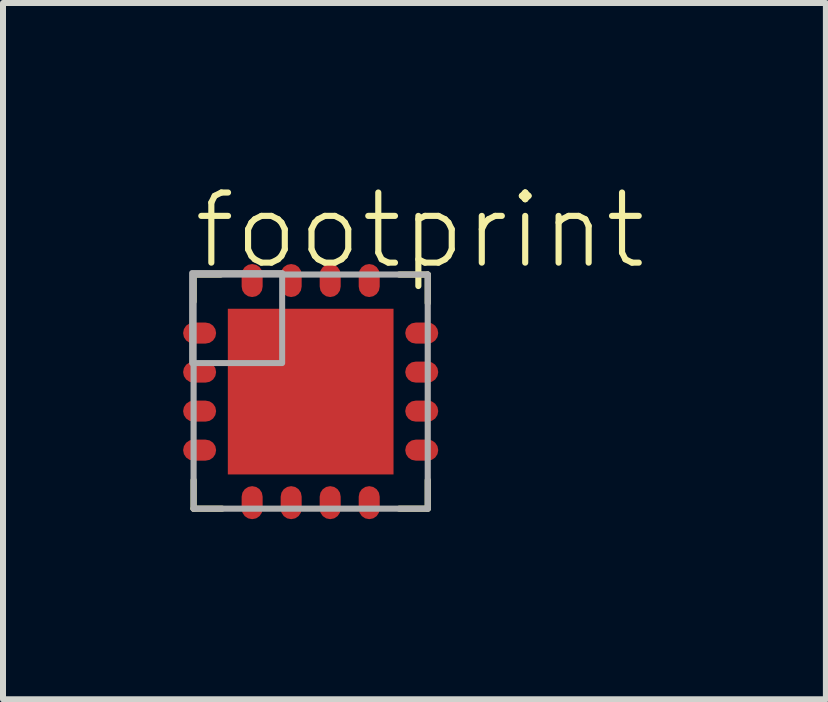
<source format=kicad_pcb>
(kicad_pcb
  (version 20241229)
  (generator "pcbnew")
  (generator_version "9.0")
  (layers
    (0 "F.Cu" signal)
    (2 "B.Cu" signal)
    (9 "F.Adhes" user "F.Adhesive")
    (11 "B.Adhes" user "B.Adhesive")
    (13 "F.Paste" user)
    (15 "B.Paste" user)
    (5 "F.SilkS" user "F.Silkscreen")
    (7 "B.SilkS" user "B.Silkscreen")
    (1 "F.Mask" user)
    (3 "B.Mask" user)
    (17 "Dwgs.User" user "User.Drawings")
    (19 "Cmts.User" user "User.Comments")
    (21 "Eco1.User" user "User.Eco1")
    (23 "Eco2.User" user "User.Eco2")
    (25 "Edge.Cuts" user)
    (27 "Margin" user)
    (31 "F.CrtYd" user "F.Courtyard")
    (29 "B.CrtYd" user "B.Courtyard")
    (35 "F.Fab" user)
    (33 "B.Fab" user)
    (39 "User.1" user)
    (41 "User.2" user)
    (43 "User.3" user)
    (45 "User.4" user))
  (footprint "footprint"
    (layer "F.Cu")
    (at 2.125 3.473)
    (property "Reference" "footprint" (at -2 -2 0) (layer "F.SilkS") (effects (font (size 1.168 1.168) (thickness 0.102)) (justify left bottom)))
    (fp_poly (pts (xy 1.427 1.427) (xy -1.427 1.427) (xy -1.427 -1.117) (xy -1.117 -1.427) (xy 1.427 -1.427)) (stroke (width 0) (type solid)) (fill yes) (layer "F.Mask"))
    (fp_line (start -1.95 -1.95) (end -1.5 -1.95) (stroke (width 0.102) (type solid)) (layer "F.SilkS"))
    (fp_line (start -1.95 -1.5) (end -1.95 -1.95) (stroke (width 0.102) (type solid)) (layer "F.SilkS"))
    (fp_line (start -1.95 1.95) (end -1.95 1.475) (stroke (width 0.102) (type solid)) (layer "F.SilkS"))
    (fp_line (start -1.475 1.95) (end -1.95 1.95) (stroke (width 0.102) (type solid)) (layer "F.SilkS"))
    (fp_line (start 1.475 -1.95) (end 1.95 -1.95) (stroke (width 0.102) (type solid)) (layer "F.SilkS"))
    (fp_line (start 1.95 -1.95) (end 1.95 -1.475) (stroke (width 0.102) (type solid)) (layer "F.SilkS"))
    (fp_line (start 1.95 1.475) (end 1.95 1.95) (stroke (width 0.102) (type solid)) (layer "F.SilkS"))
    (fp_line (start 1.95 1.95) (end 1.475 1.95) (stroke (width 0.102) (type solid)) (layer "F.SilkS"))
    (fp_poly (pts (xy 1.227 1.302) (xy -1.227 1.302) (xy -1.227 -1.017) (xy -1.017 -1.227) (xy 1.227 -1.227)) (stroke (width 0) (type solid)) (fill yes) (layer "F.Paste"))
    (fp_line (start -1.95 -1.95) (end 1.95 -1.95) (stroke (width 0.102) (type solid)) (layer "F.Fab"))
    (fp_line (start -1.95 1.95) (end -1.95 -1.95) (stroke (width 0.102) (type solid)) (layer "F.Fab"))
    (fp_line (start 1.95 -1.95) (end 1.95 1.95) (stroke (width 0.102) (type solid)) (layer "F.Fab"))
    (fp_line (start 1.95 1.95) (end -1.95 1.95) (stroke (width 0.102) (type solid)) (layer "F.Fab"))
    (fp_poly (pts (xy -1.975 -0.475) (xy -0.475 -0.475) (xy -0.475 -1.975) (xy -1.975 -1.975)) (stroke (width 0.1) (type solid)) (fill no) (layer "F.Fab"))
    (pad "1" smd roundrect (at -1.85 -0.975) (size 0.55 0.35) (layers "F.Cu" "F.Mask" "F.Paste") (roundrect_rratio 0.5))
    (pad "2" smd roundrect (at -1.85 -0.325) (size 0.55 0.35) (layers "F.Cu" "F.Mask" "F.Paste") (roundrect_rratio 0.5))
    (pad "3" smd roundrect (at -1.85 0.325) (size 0.55 0.35) (layers "F.Cu" "F.Mask" "F.Paste") (roundrect_rratio 0.5))
    (pad "4" smd roundrect (at -1.85 0.975) (size 0.55 0.35) (layers "F.Cu" "F.Mask" "F.Paste") (roundrect_rratio 0.5))
    (pad "5" smd roundrect (at -0.975 1.85 90) (size 0.55 0.35) (layers "F.Cu" "F.Mask" "F.Paste") (roundrect_rratio 0.5))
    (pad "6" smd roundrect (at -0.325 1.85 90) (size 0.55 0.35) (layers "F.Cu" "F.Mask" "F.Paste") (roundrect_rratio 0.5))
    (pad "7" smd roundrect (at 0.325 1.85 90) (size 0.55 0.35) (layers "F.Cu" "F.Mask" "F.Paste") (roundrect_rratio 0.5))
    (pad "8" smd roundrect (at 0.975 1.85 90) (size 0.55 0.35) (layers "F.Cu" "F.Mask" "F.Paste") (roundrect_rratio 0.5))
    (pad "9" smd roundrect (at 1.85 0.975 180) (size 0.55 0.35) (layers "F.Cu" "F.Mask" "F.Paste") (roundrect_rratio 0.5))
    (pad "10" smd roundrect (at 1.85 0.325 180) (size 0.55 0.35) (layers "F.Cu" "F.Mask" "F.Paste") (roundrect_rratio 0.5))
    (pad "11" smd roundrect (at 1.85 -0.325 180) (size 0.55 0.35) (layers "F.Cu" "F.Mask" "F.Paste") (roundrect_rratio 0.5))
    (pad "12" smd roundrect (at 1.85 -0.975 180) (size 0.55 0.35) (layers "F.Cu" "F.Mask" "F.Paste") (roundrect_rratio 0.5))
    (pad "13" smd roundrect (at 0.975 -1.85 270) (size 0.55 0.35) (layers "F.Cu" "F.Mask" "F.Paste") (roundrect_rratio 0.5))
    (pad "14" smd roundrect (at 0.325 -1.85 270) (size 0.55 0.35) (layers "F.Cu" "F.Mask" "F.Paste") (roundrect_rratio 0.5))
    (pad "15" smd roundrect (at -0.325 -1.85 270) (size 0.55 0.35) (layers "F.Cu" "F.Mask" "F.Paste") (roundrect_rratio 0.5))
    (pad "16" smd roundrect (at -0.975 -1.85 270) (size 0.55 0.35) (layers "F.Cu" "F.Mask" "F.Paste") (roundrect_rratio 0.5))
    (pad "EXP" smd rect (at 0 0) (size 2.76 2.76) (layers "F.Cu")))
  (gr_rect
    (start -3 -3)
    (end 10.707 8.598)
    (stroke (width 0.1) (type default))
    (fill no)
    (layer "Edge.Cuts")))
</source>
